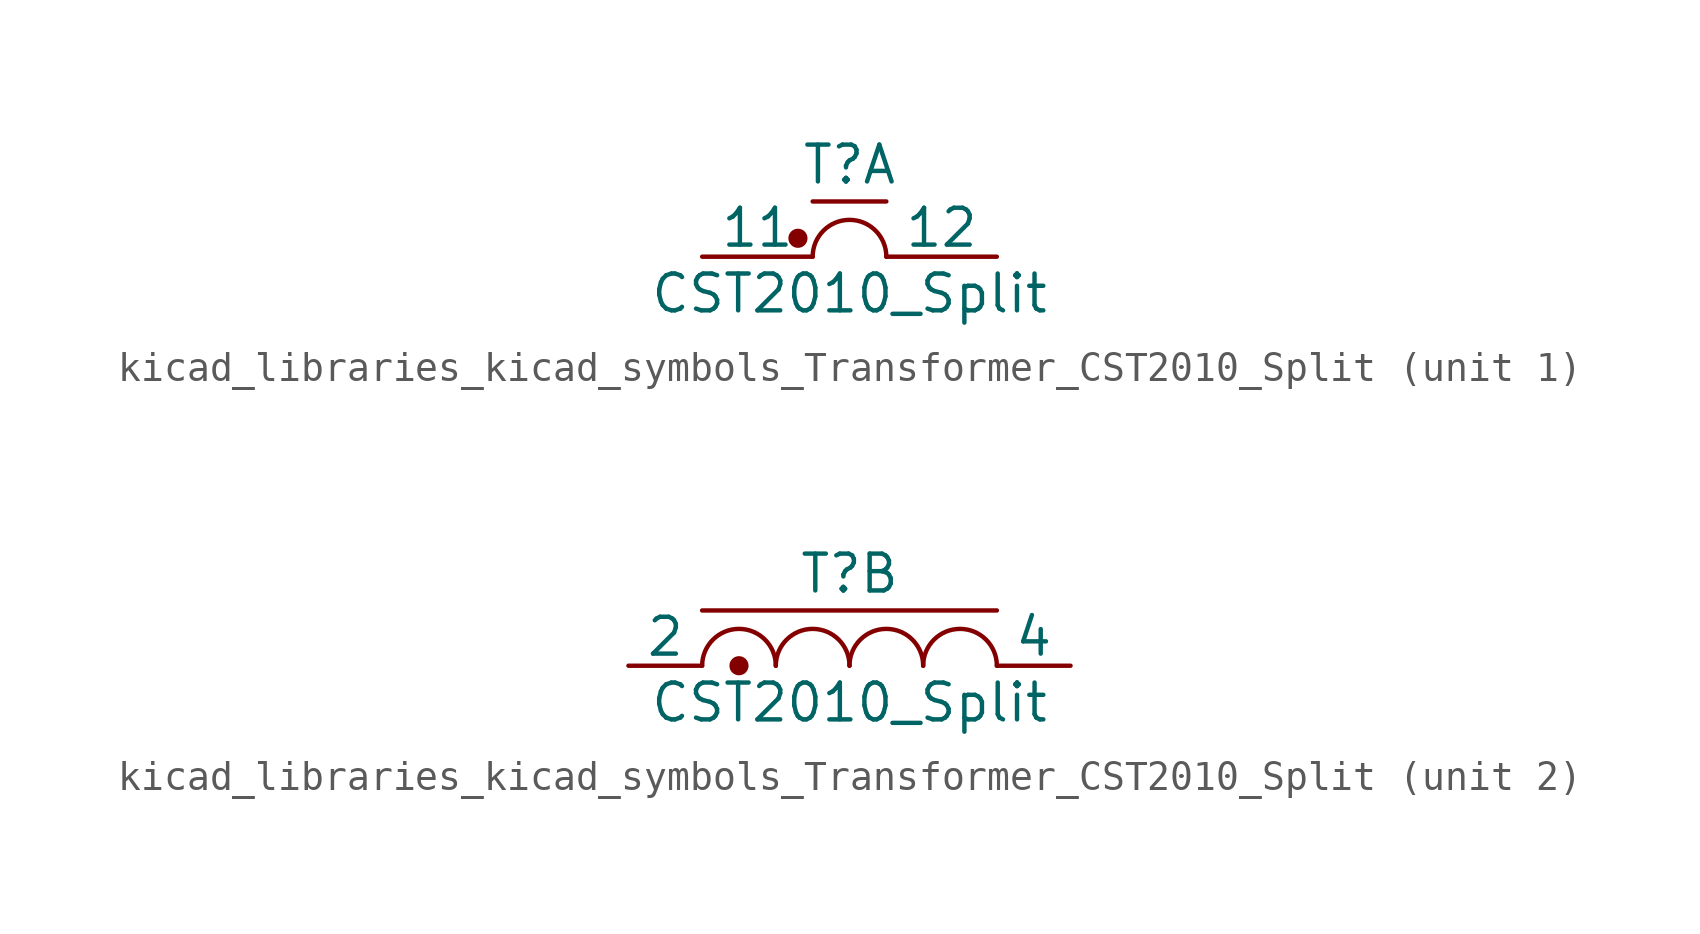
<source format=kicad_sym>
(kicad_symbol_lib
  (version 20220914)
  (generator kicad_symbol_editor)
  (symbol "kicad_libraries_kicad_symbols_Transformer_CST2010_Split"
    (pin_numbers hide)
    (pin_names
      (offset 0))
    (property "Reference" "T"
      (at 0 3.175 0)
      (effects (font (size 1.27 1.27))))
    (property "Value" "CST2010_Split"
      (at 0 -1.27 0)
      (effects (font (size 1.27 1.27))))
    (property "ki_locked" ""
      (at 0 0 0)
      (effects (font (size 1.27 1.27))))
    (symbol "kicad_libraries_kicad_symbols_Transformer_CST2010_Split_1_1"
      (circle (center -1.778 0.635) (radius 0.254) (stroke (width 0) (type default)) (fill (type outline)))
      (polyline (pts (xy -1.27 1.905) (xy 1.27 1.905)) (stroke (width 0) (type default)) (fill (type none)))
      (arc (start 1.27 0) (mid 0 1.2645) (end -1.27 0) (stroke (width 0) (type default)) (fill (type none)))
      (pin no_connect line (at -2.54 0 0) (length 2.54) hide (name "10" (effects (font (size 1.27 1.27)))) (number "10" (effects (font (size 1.27 1.27)))))
      (pin passive line (at -5.08 0 0) (length 3.81) (name "11" (effects (font (size 1.27 1.27)))) (number "11" (effects (font (size 1.27 1.27)))))
      (pin passive line (at 5.08 0 180) (length 3.81) (name "12" (effects (font (size 1.27 1.27)))) (number "12" (effects (font (size 1.27 1.27))))))
    (symbol "kicad_libraries_kicad_symbols_Transformer_CST2010_Split_2_1"
      (circle (center -3.81 0) (radius 0.254) (stroke (width 0) (type default)) (fill (type outline)))
      (arc (start -2.54 0) (mid -3.81 1.2645) (end -5.08 0) (stroke (width 0) (type default)) (fill (type none)))
      (arc (start 0 0) (mid -1.27 1.2645) (end -2.54 0) (stroke (width 0) (type default)) (fill (type none)))
      (polyline (pts (xy -5.08 1.905) (xy 5.08 1.905)) (stroke (width 0) (type default)) (fill (type none)))
      (arc (start 2.54 0) (mid 1.27 1.2645) (end 0 0) (stroke (width 0) (type default)) (fill (type none)))
      (arc (start 5.08 0) (mid 3.81 1.2645) (end 2.54 0) (stroke (width 0) (type default)) (fill (type none)))
      (pin no_connect line (at -5.08 0 0) (length 2.54) hide (name "1" (effects (font (size 1.27 1.27)))) (number "1" (effects (font (size 1.27 1.27)))))
      (pin passive line (at -7.62 0 0) (length 2.54) (name "2" (effects (font (size 1.27 1.27)))) (number "2" (effects (font (size 1.27 1.27)))))
      (pin no_connect line (at -2.54 0 0) (length 2.54) hide (name "3" (effects (font (size 1.27 1.27)))) (number "3" (effects (font (size 1.27 1.27)))))
      (pin passive line (at 7.62 0 180) (length 2.54) (name "4" (effects (font (size 1.27 1.27)))) (number "4" (effects (font (size 1.27 1.27)))))
      (pin no_connect line (at 0 0 0) (length 2.54) hide (name "5" (effects (font (size 1.27 1.27)))) (number "5" (effects (font (size 1.27 1.27)))))
      (pin no_connect line (at 2.54 0 0) (length 2.54) hide (name "6" (effects (font (size 1.27 1.27)))) (number "6" (effects (font (size 1.27 1.27)))))
      (pin no_connect line (at -2.54 2.54 0) (length 2.54) hide (name "7" (effects (font (size 1.27 1.27)))) (number "7" (effects (font (size 1.27 1.27)))))
      (pin no_connect line (at 0 2.54 0) (length 2.54) hide (name "8" (effects (font (size 1.27 1.27)))) (number "8" (effects (font (size 1.27 1.27)))))
      (pin no_connect line (at 2.54 2.54 0) (length 2.54) hide (name "9" (effects (font (size 1.27 1.27)))) (number "9" (effects (font (size 1.27 1.27))))))))
</source>
